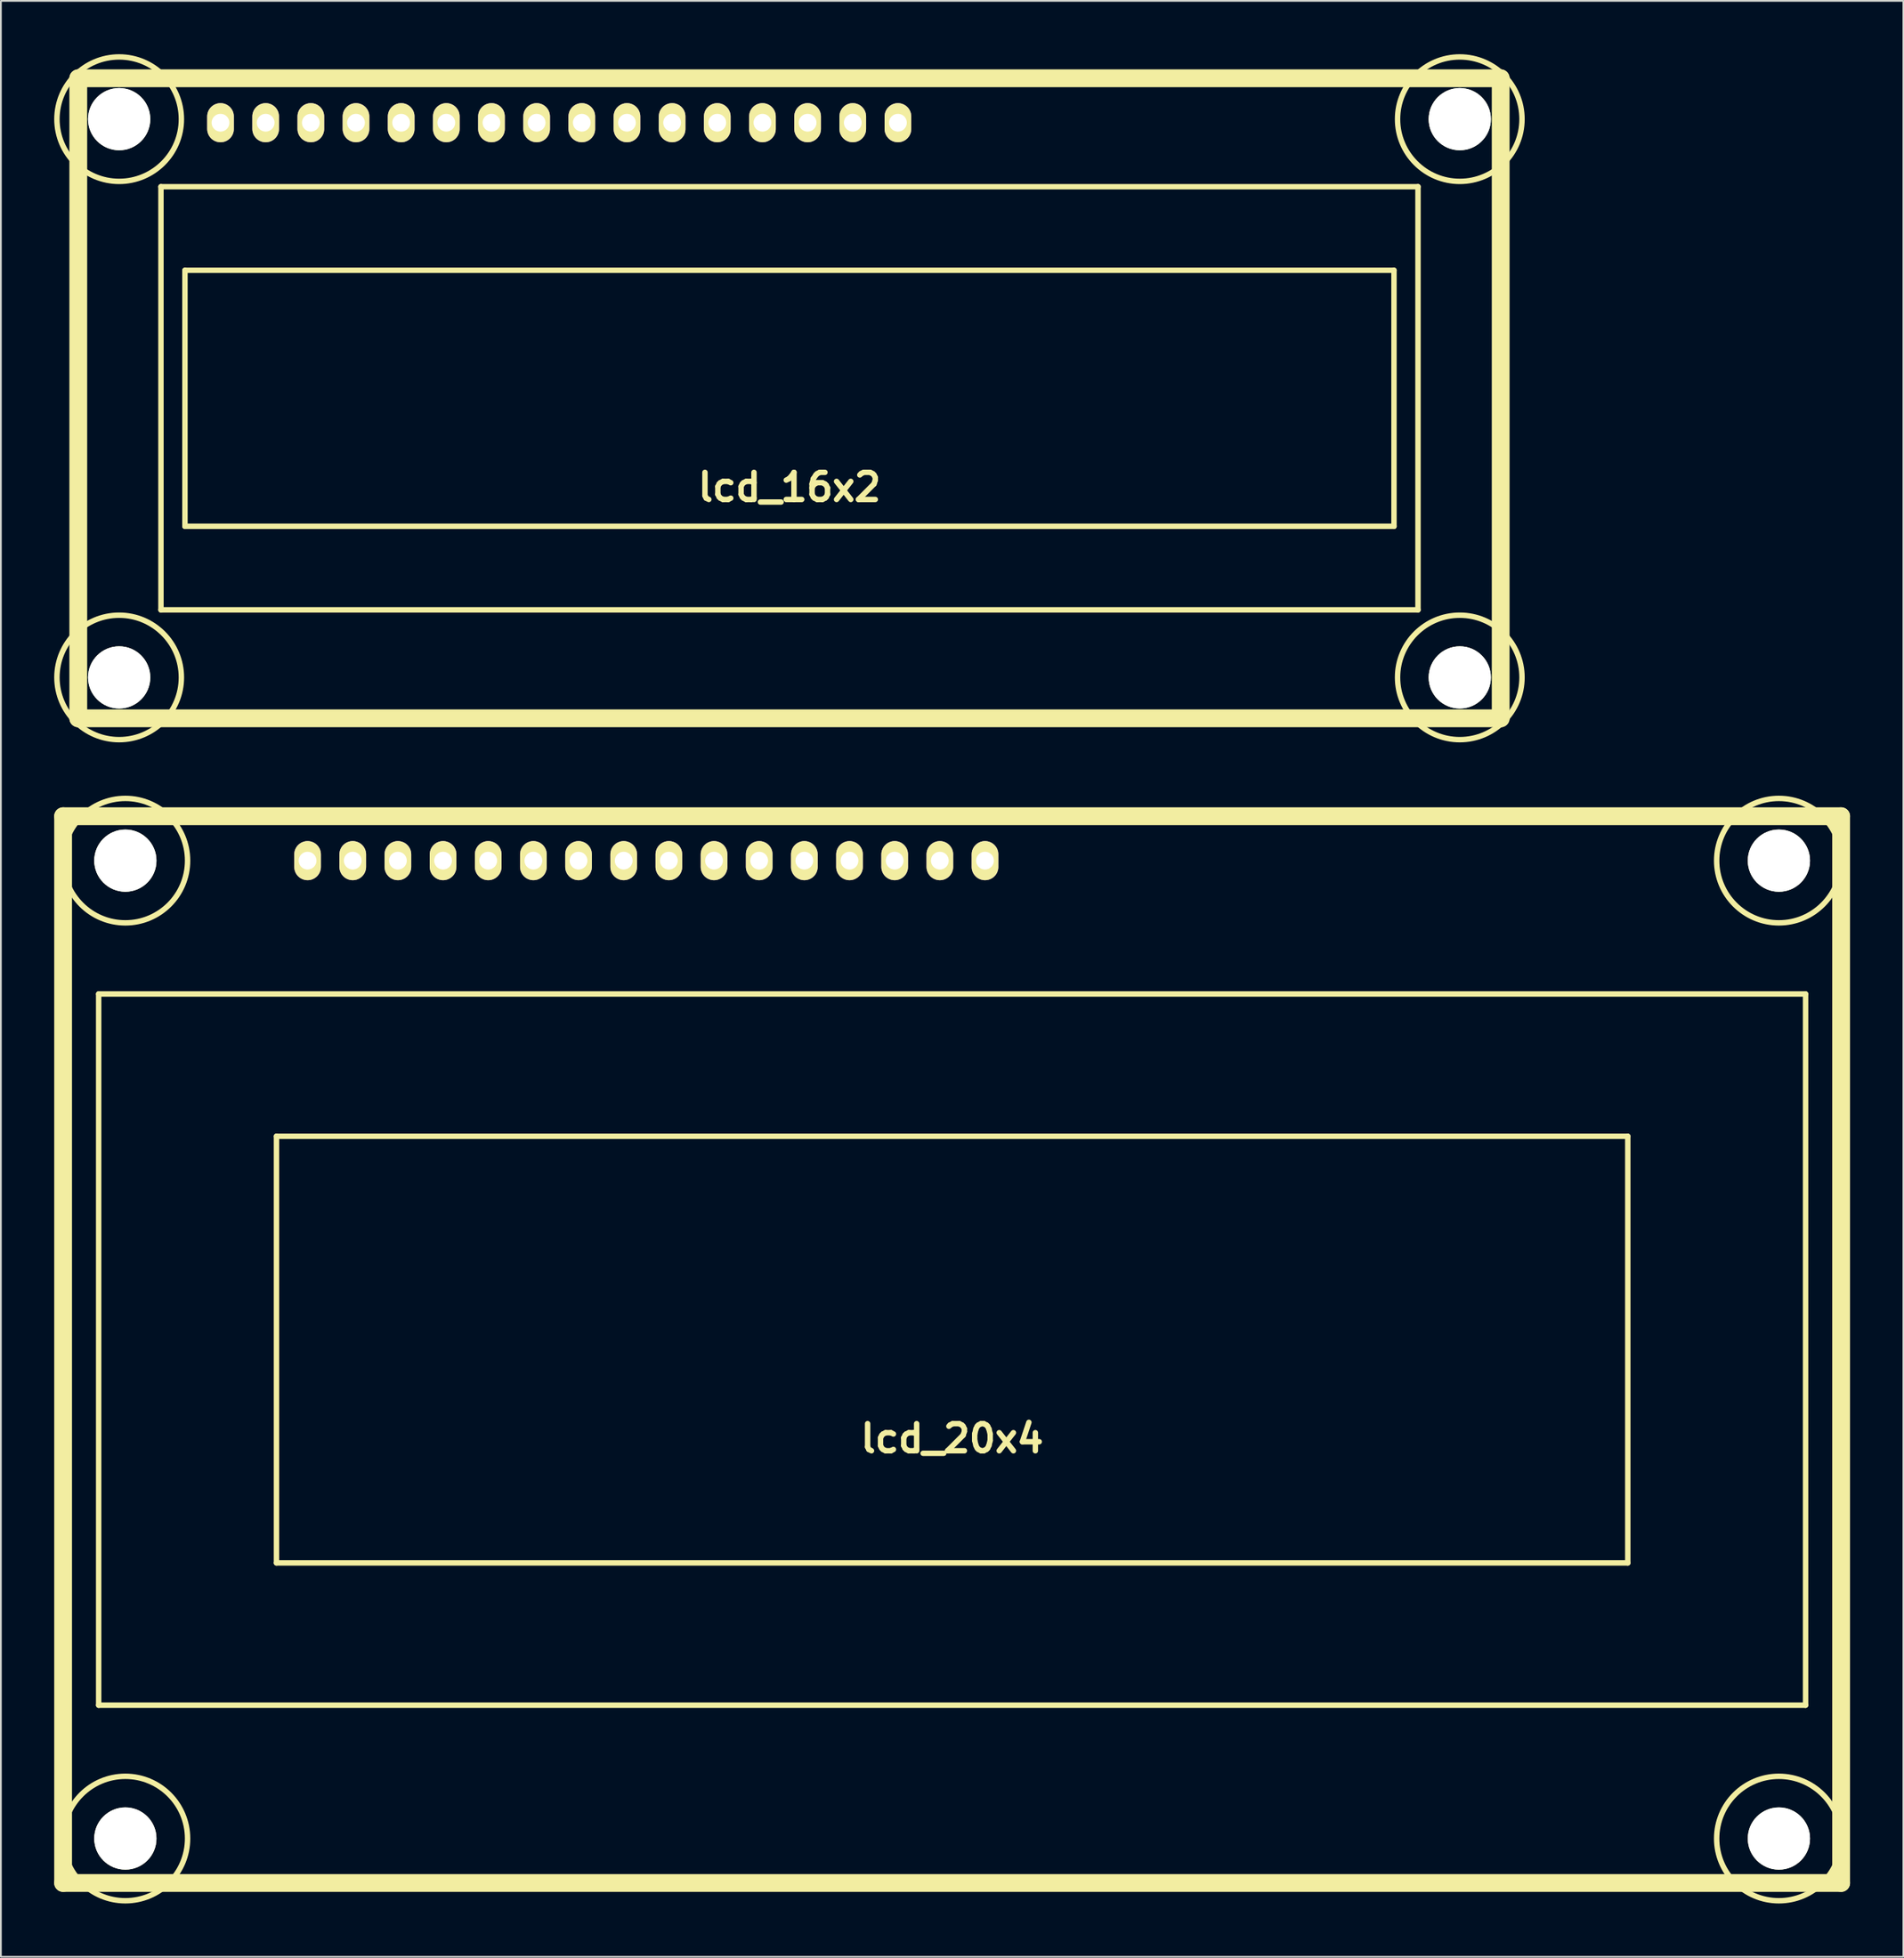
<source format=kicad_pcb>
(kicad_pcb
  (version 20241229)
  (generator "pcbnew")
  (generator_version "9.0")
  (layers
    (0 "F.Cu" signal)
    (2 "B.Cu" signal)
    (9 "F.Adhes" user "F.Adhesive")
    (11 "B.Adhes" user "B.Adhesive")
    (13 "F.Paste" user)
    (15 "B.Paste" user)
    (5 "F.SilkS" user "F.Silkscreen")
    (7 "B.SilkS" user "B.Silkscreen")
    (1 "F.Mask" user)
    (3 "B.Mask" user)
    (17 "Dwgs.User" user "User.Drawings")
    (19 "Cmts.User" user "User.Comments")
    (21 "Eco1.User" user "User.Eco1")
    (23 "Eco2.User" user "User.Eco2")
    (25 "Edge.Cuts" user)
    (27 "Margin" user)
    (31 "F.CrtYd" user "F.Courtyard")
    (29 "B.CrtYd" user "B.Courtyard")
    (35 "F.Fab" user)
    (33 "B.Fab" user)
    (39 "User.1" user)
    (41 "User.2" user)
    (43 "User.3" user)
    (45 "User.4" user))
  (footprint "lcd_20x4"
    (layer "F.Cu")
    (at 50.5 72.858)
    (property "Reference" "lcd_20x4" (at 0 5.001 0) (layer "F.SilkS") (effects (font (size 1.524 1.524) (thickness 0.305))))
    (attr through_hole)
    (fp_line (start -50 -30) (end 50 -30) (stroke (width 1.001) (type solid)) (layer "F.SilkS"))
    (fp_line (start -50 30) (end -50 -30) (stroke (width 1.001) (type solid)) (layer "F.SilkS"))
    (fp_line (start -48.001 -20) (end 48.001 -20) (stroke (width 0.305) (type solid)) (layer "F.SilkS"))
    (fp_line (start -48.001 20) (end -48.001 -20) (stroke (width 0.305) (type solid)) (layer "F.SilkS"))
    (fp_line (start -38.001 -11.999) (end -38.001 11.999) (stroke (width 0.305) (type solid)) (layer "F.SilkS"))
    (fp_line (start -38.001 11.999) (end 38.001 11.999) (stroke (width 0.305) (type solid)) (layer "F.SilkS"))
    (fp_line (start 38.001 -11.999) (end -38.001 -11.999) (stroke (width 0.305) (type solid)) (layer "F.SilkS"))
    (fp_line (start 38.001 11.999) (end 38.001 -11.999) (stroke (width 0.305) (type solid)) (layer "F.SilkS"))
    (fp_line (start 48.001 -20) (end 48.001 20) (stroke (width 0.305) (type solid)) (layer "F.SilkS"))
    (fp_line (start 48.001 20) (end -48.001 20) (stroke (width 0.305) (type solid)) (layer "F.SilkS"))
    (fp_line (start 50 -30) (end 50 30) (stroke (width 1.001) (type solid)) (layer "F.SilkS"))
    (fp_line (start 50 30) (end -50 30) (stroke (width 1.001) (type solid)) (layer "F.SilkS"))
    (fp_circle (center -46.5 -27.501) (end -50 -27.501) (stroke (width 0.305) (type solid)) (fill no) (layer "F.SilkS"))
    (fp_circle (center -46.5 27.501) (end -50 27.501) (stroke (width 0.305) (type solid)) (fill no) (layer "F.SilkS"))
    (fp_circle (center 46.5 -27.501) (end 50 -27.501) (stroke (width 0.305) (type solid)) (fill no) (layer "F.SilkS"))
    (fp_circle (center 46.5 27.501) (end 50 27.501) (stroke (width 0.305) (type solid)) (fill no) (layer "F.SilkS"))
    (pad "" np_thru_hole circle (at -46.5 27.5) (size 3.5 3.5) (drill 3.5) (layers "*.Cu" "*.Mask" "F.SilkS"))
    (pad "" np_thru_hole circle (at -46.5 -27.501) (size 3.5 3.5) (drill 3.5) (layers "*.Cu" "*.Mask" "F.SilkS"))
    (pad "" np_thru_hole circle (at 46.5 -27.501) (size 3.5 3.5) (drill 3.5) (layers "*.Cu" "*.Mask" "F.SilkS"))
    (pad "" np_thru_hole circle (at 46.5 27.501) (size 3.5 3.5) (drill 3.5) (layers "*.Cu" "*.Mask" "F.SilkS"))
    (pad "1" thru_hole oval (at -36.251 -27.501) (size 1.5 2.2) (drill 1) (layers "*.Cu" "*.Mask" "F.SilkS"))
    (pad "2" thru_hole oval (at -33.711 -27.501) (size 1.5 2.2) (drill 1) (layers "*.Cu" "*.Mask" "F.SilkS"))
    (pad "3" thru_hole oval (at -31.171 -27.501) (size 1.5 2.2) (drill 1) (layers "*.Cu" "*.Mask" "F.SilkS"))
    (pad "4" thru_hole oval (at -28.631 -27.501) (size 1.5 2.2) (drill 1) (layers "*.Cu" "*.Mask" "F.SilkS"))
    (pad "5" thru_hole oval (at -26.091 -27.501) (size 1.5 2.2) (drill 1) (layers "*.Cu" "*.Mask" "F.SilkS"))
    (pad "6" thru_hole oval (at -23.551 -27.501) (size 1.5 2.2) (drill 1) (layers "*.Cu" "*.Mask" "F.SilkS"))
    (pad "7" thru_hole oval (at -21.011 -27.501) (size 1.5 2.2) (drill 1) (layers "*.Cu" "*.Mask" "F.SilkS"))
    (pad "8" thru_hole oval (at -18.471 -27.501) (size 1.5 2.2) (drill 1) (layers "*.Cu" "*.Mask" "F.SilkS"))
    (pad "9" thru_hole oval (at -15.931 -27.501) (size 1.5 2.2) (drill 1) (layers "*.Cu" "*.Mask" "F.SilkS"))
    (pad "10" thru_hole oval (at -13.391 -27.501) (size 1.5 2.2) (drill 1) (layers "*.Cu" "*.Mask" "F.SilkS"))
    (pad "11" thru_hole oval (at -10.851 -27.501) (size 1.5 2.2) (drill 1) (layers "*.Cu" "*.Mask" "F.SilkS"))
    (pad "12" thru_hole oval (at -8.311 -27.501) (size 1.5 2.2) (drill 1) (layers "*.Cu" "*.Mask" "F.SilkS"))
    (pad "13" thru_hole oval (at -5.771 -27.501) (size 1.5 2.2) (drill 1) (layers "*.Cu" "*.Mask" "F.SilkS"))
    (pad "14" thru_hole oval (at -3.231 -27.501) (size 1.5 2.2) (drill 1) (layers "*.Cu" "*.Mask" "F.SilkS"))
    (pad "15" thru_hole oval (at -0.691 -27.501) (size 1.5 2.2) (drill 1) (layers "*.Cu" "*.Mask" "F.SilkS"))
    (pad "16" thru_hole oval (at 1.849 -27.501) (size 1.5 2.2) (drill 1) (layers "*.Cu" "*.Mask" "F.SilkS")))
  (footprint "lcd_16x2"
    (layer "F.Cu")
    (at 41.352 19.352)
    (property "Reference" "lcd_16x2" (at 0 5.001 0) (layer "F.SilkS") (effects (font (size 1.524 1.524) (thickness 0.305))))
    (attr through_hole)
    (fp_line (start -40 -18) (end 40 -18) (stroke (width 1.001) (type solid)) (layer "F.SilkS"))
    (fp_line (start -40 18) (end -40 -18) (stroke (width 1.001) (type solid)) (layer "F.SilkS"))
    (fp_line (start -35.35 -11.9) (end 35.35 -11.9) (stroke (width 0.305) (type solid)) (layer "F.SilkS"))
    (fp_line (start -35.35 11.9) (end -35.35 -11.9) (stroke (width 0.305) (type solid)) (layer "F.SilkS"))
    (fp_line (start -34 -7.2) (end -34 7.2) (stroke (width 0.305) (type solid)) (layer "F.SilkS"))
    (fp_line (start -34 7.2) (end 34 7.2) (stroke (width 0.305) (type solid)) (layer "F.SilkS"))
    (fp_line (start 34 -7.2) (end -34 -7.2) (stroke (width 0.305) (type solid)) (layer "F.SilkS"))
    (fp_line (start 34 7.2) (end 34 -7.2) (stroke (width 0.305) (type solid)) (layer "F.SilkS"))
    (fp_line (start 35.35 -11.9) (end 35.35 11.9) (stroke (width 0.305) (type solid)) (layer "F.SilkS"))
    (fp_line (start 35.35 11.9) (end -35.35 11.9) (stroke (width 0.305) (type solid)) (layer "F.SilkS"))
    (fp_line (start 40 -18) (end 40 18) (stroke (width 1.001) (type solid)) (layer "F.SilkS"))
    (fp_line (start 40 18) (end -40 18) (stroke (width 1.001) (type solid)) (layer "F.SilkS"))
    (fp_circle (center -37.7 -15.7) (end -41.2 -15.7) (stroke (width 0.305) (type solid)) (fill no) (layer "F.SilkS"))
    (fp_circle (center -37.7 15.7) (end -41.2 15.7) (stroke (width 0.305) (type solid)) (fill no) (layer "F.SilkS"))
    (fp_circle (center 37.7 -15.7) (end 41.2 -15.7) (stroke (width 0.305) (type solid)) (fill no) (layer "F.SilkS"))
    (fp_circle (center 37.7 15.7) (end 41.2 15.7) (stroke (width 0.305) (type solid)) (fill no) (layer "F.SilkS"))
    (pad "" np_thru_hole circle (at -37.7 -15.7) (size 3.5 3.5) (drill 3.5) (layers "*.Cu" "*.Mask" "F.SilkS"))
    (pad "" np_thru_hole circle (at -37.7 15.7) (size 3.5 3.5) (drill 3.5) (layers "*.Cu" "*.Mask" "F.SilkS"))
    (pad "" np_thru_hole circle (at 37.7 -15.7) (size 3.5 3.5) (drill 3.5) (layers "*.Cu" "*.Mask" "F.SilkS"))
    (pad "" np_thru_hole circle (at 37.7 15.7) (size 3.5 3.5) (drill 3.5) (layers "*.Cu" "*.Mask" "F.SilkS"))
    (pad "1" thru_hole oval (at -32 -15.5) (size 1.5 2.2) (drill 1) (layers "*.Cu" "*.Mask" "F.SilkS"))
    (pad "2" thru_hole oval (at -29.46 -15.5) (size 1.5 2.2) (drill 1) (layers "*.Cu" "*.Mask" "F.SilkS"))
    (pad "3" thru_hole oval (at -26.92 -15.5) (size 1.5 2.2) (drill 1) (layers "*.Cu" "*.Mask" "F.SilkS"))
    (pad "4" thru_hole oval (at -24.38 -15.5) (size 1.5 2.2) (drill 1) (layers "*.Cu" "*.Mask" "F.SilkS"))
    (pad "5" thru_hole oval (at -21.84 -15.5) (size 1.5 2.2) (drill 1) (layers "*.Cu" "*.Mask" "F.SilkS"))
    (pad "6" thru_hole oval (at -19.3 -15.5) (size 1.5 2.2) (drill 1) (layers "*.Cu" "*.Mask" "F.SilkS"))
    (pad "7" thru_hole oval (at -16.76 -15.5) (size 1.5 2.2) (drill 1) (layers "*.Cu" "*.Mask" "F.SilkS"))
    (pad "8" thru_hole oval (at -14.22 -15.5) (size 1.5 2.2) (drill 1) (layers "*.Cu" "*.Mask" "F.SilkS"))
    (pad "9" thru_hole oval (at -11.68 -15.5) (size 1.5 2.2) (drill 1) (layers "*.Cu" "*.Mask" "F.SilkS"))
    (pad "10" thru_hole oval (at -9.14 -15.5) (size 1.5 2.2) (drill 1) (layers "*.Cu" "*.Mask" "F.SilkS"))
    (pad "11" thru_hole oval (at -6.6 -15.5) (size 1.5 2.2) (drill 1) (layers "*.Cu" "*.Mask" "F.SilkS"))
    (pad "12" thru_hole oval (at -4.06 -15.5) (size 1.5 2.2) (drill 1) (layers "*.Cu" "*.Mask" "F.SilkS"))
    (pad "13" thru_hole oval (at -1.52 -15.5) (size 1.5 2.2) (drill 1) (layers "*.Cu" "*.Mask" "F.SilkS"))
    (pad "14" thru_hole oval (at 1.02 -15.5) (size 1.5 2.2) (drill 1) (layers "*.Cu" "*.Mask" "F.SilkS"))
    (pad "15" thru_hole oval (at 3.56 -15.5) (size 1.5 2.2) (drill 1) (layers "*.Cu" "*.Mask" "F.SilkS"))
    (pad "16" thru_hole oval (at 6.1 -15.5) (size 1.5 2.2) (drill 1) (layers "*.Cu" "*.Mask" "F.SilkS")))
  (gr_rect
    (start -3 -3)
    (end 104.001 107.011)
    (stroke (width 0.1) (type default))
    (fill no)
    (layer "Edge.Cuts")))
</source>
